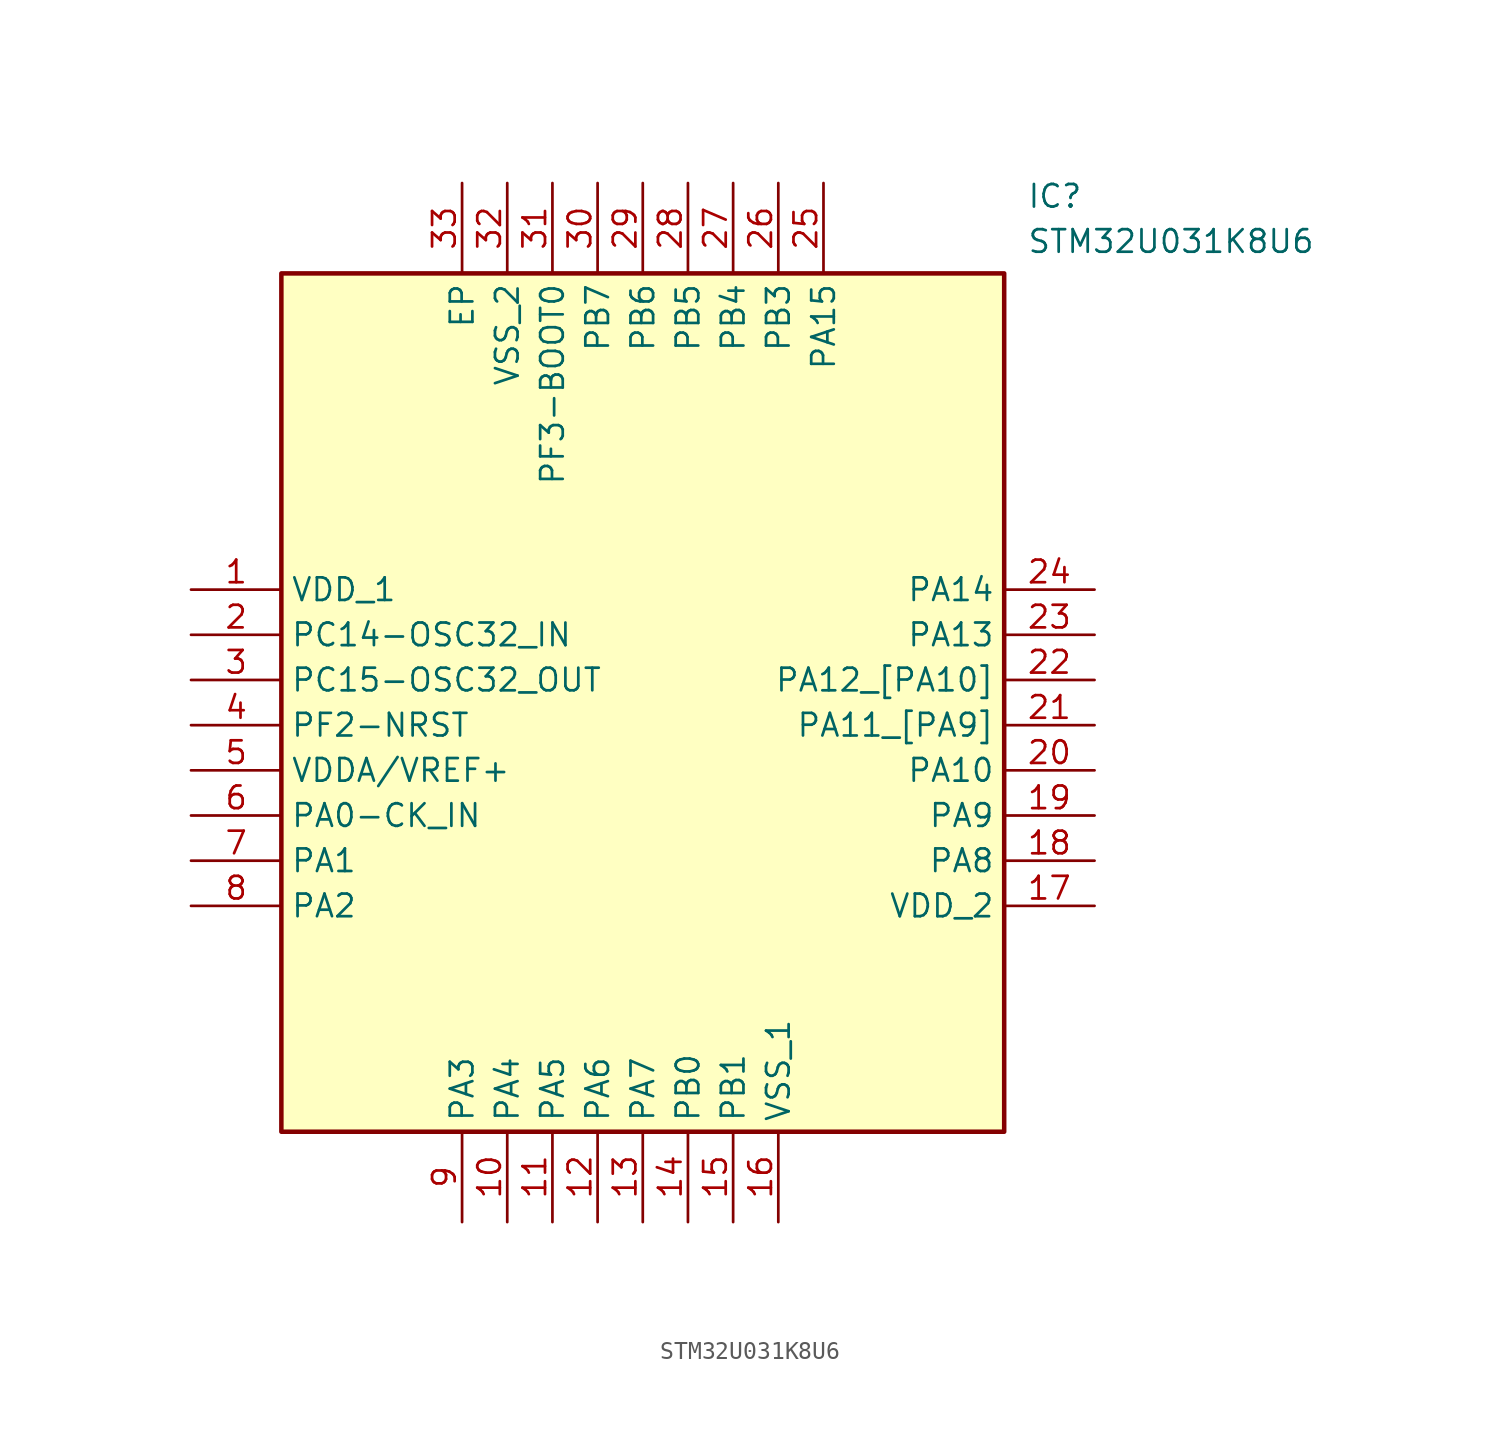
<source format=kicad_sym>
(kicad_symbol_lib
  (version 20211014)
  (generator SamacSys_ECAD_Model)
  (symbol "STM32U031K8U6"
    (property "Reference" "IC"
      (at 46.99 22.86 0)
      (effects (font (size 1.27 1.27)) (justify left top)))
    (property "Value" "STM32U031K8U6"
      (at 46.99 20.32 0)
      (effects (font (size 1.27 1.27)) (justify left top)))
    (rectangle
      (start 5.08 17.78)
      (end 45.72 -30.48)
      (stroke (width 0.254) (type default))
      (fill (type background)))
    (pin passive line
      (at 0 0 0)
      (length 5.08)
      (name "VDD_1" (effects (font (size 1.27 1.27))))
      (number "1" (effects (font (size 1.27 1.27)))))
    (pin passive line
      (at 0 -2.54 0)
      (length 5.08)
      (name "PC14-OSC32_IN" (effects (font (size 1.27 1.27))))
      (number "2" (effects (font (size 1.27 1.27)))))
    (pin passive line
      (at 0 -5.08 0)
      (length 5.08)
      (name "PC15-OSC32_OUT" (effects (font (size 1.27 1.27))))
      (number "3" (effects (font (size 1.27 1.27)))))
    (pin passive line
      (at 0 -7.62 0)
      (length 5.08)
      (name "PF2-NRST" (effects (font (size 1.27 1.27))))
      (number "4" (effects (font (size 1.27 1.27)))))
    (pin passive line
      (at 0 -10.16 0)
      (length 5.08)
      (name "VDDA/VREF+" (effects (font (size 1.27 1.27))))
      (number "5" (effects (font (size 1.27 1.27)))))
    (pin passive line
      (at 0 -12.7 0)
      (length 5.08)
      (name "PA0-CK_IN" (effects (font (size 1.27 1.27))))
      (number "6" (effects (font (size 1.27 1.27)))))
    (pin passive line
      (at 0 -15.24 0)
      (length 5.08)
      (name "PA1" (effects (font (size 1.27 1.27))))
      (number "7" (effects (font (size 1.27 1.27)))))
    (pin passive line
      (at 0 -17.78 0)
      (length 5.08)
      (name "PA2" (effects (font (size 1.27 1.27))))
      (number "8" (effects (font (size 1.27 1.27)))))
    (pin passive line
      (at 15.24 -35.56 90)
      (length 5.08)
      (name "PA3" (effects (font (size 1.27 1.27))))
      (number "9" (effects (font (size 1.27 1.27)))))
    (pin passive line
      (at 17.78 -35.56 90)
      (length 5.08)
      (name "PA4" (effects (font (size 1.27 1.27))))
      (number "10" (effects (font (size 1.27 1.27)))))
    (pin passive line
      (at 20.32 -35.56 90)
      (length 5.08)
      (name "PA5" (effects (font (size 1.27 1.27))))
      (number "11" (effects (font (size 1.27 1.27)))))
    (pin passive line
      (at 22.86 -35.56 90)
      (length 5.08)
      (name "PA6" (effects (font (size 1.27 1.27))))
      (number "12" (effects (font (size 1.27 1.27)))))
    (pin passive line
      (at 25.4 -35.56 90)
      (length 5.08)
      (name "PA7" (effects (font (size 1.27 1.27))))
      (number "13" (effects (font (size 1.27 1.27)))))
    (pin passive line
      (at 27.94 -35.56 90)
      (length 5.08)
      (name "PB0" (effects (font (size 1.27 1.27))))
      (number "14" (effects (font (size 1.27 1.27)))))
    (pin passive line
      (at 30.48 -35.56 90)
      (length 5.08)
      (name "PB1" (effects (font (size 1.27 1.27))))
      (number "15" (effects (font (size 1.27 1.27)))))
    (pin passive line
      (at 33.02 -35.56 90)
      (length 5.08)
      (name "VSS_1" (effects (font (size 1.27 1.27))))
      (number "16" (effects (font (size 1.27 1.27)))))
    (pin passive line
      (at 50.8 0 180)
      (length 5.08)
      (name "PA14" (effects (font (size 1.27 1.27))))
      (number "24" (effects (font (size 1.27 1.27)))))
    (pin passive line
      (at 50.8 -2.54 180)
      (length 5.08)
      (name "PA13" (effects (font (size 1.27 1.27))))
      (number "23" (effects (font (size 1.27 1.27)))))
    (pin passive line
      (at 50.8 -5.08 180)
      (length 5.08)
      (name "PA12_[PA10]" (effects (font (size 1.27 1.27))))
      (number "22" (effects (font (size 1.27 1.27)))))
    (pin passive line
      (at 50.8 -7.62 180)
      (length 5.08)
      (name "PA11_[PA9]" (effects (font (size 1.27 1.27))))
      (number "21" (effects (font (size 1.27 1.27)))))
    (pin passive line
      (at 50.8 -10.16 180)
      (length 5.08)
      (name "PA10" (effects (font (size 1.27 1.27))))
      (number "20" (effects (font (size 1.27 1.27)))))
    (pin passive line
      (at 50.8 -12.7 180)
      (length 5.08)
      (name "PA9" (effects (font (size 1.27 1.27))))
      (number "19" (effects (font (size 1.27 1.27)))))
    (pin passive line
      (at 50.8 -15.24 180)
      (length 5.08)
      (name "PA8" (effects (font (size 1.27 1.27))))
      (number "18" (effects (font (size 1.27 1.27)))))
    (pin passive line
      (at 50.8 -17.78 180)
      (length 5.08)
      (name "VDD_2" (effects (font (size 1.27 1.27))))
      (number "17" (effects (font (size 1.27 1.27)))))
    (pin passive line
      (at 15.24 22.86 270)
      (length 5.08)
      (name "EP" (effects (font (size 1.27 1.27))))
      (number "33" (effects (font (size 1.27 1.27)))))
    (pin passive line
      (at 17.78 22.86 270)
      (length 5.08)
      (name "VSS_2" (effects (font (size 1.27 1.27))))
      (number "32" (effects (font (size 1.27 1.27)))))
    (pin passive line
      (at 20.32 22.86 270)
      (length 5.08)
      (name "PF3-BOOT0" (effects (font (size 1.27 1.27))))
      (number "31" (effects (font (size 1.27 1.27)))))
    (pin passive line
      (at 22.86 22.86 270)
      (length 5.08)
      (name "PB7" (effects (font (size 1.27 1.27))))
      (number "30" (effects (font (size 1.27 1.27)))))
    (pin passive line
      (at 25.4 22.86 270)
      (length 5.08)
      (name "PB6" (effects (font (size 1.27 1.27))))
      (number "29" (effects (font (size 1.27 1.27)))))
    (pin passive line
      (at 27.94 22.86 270)
      (length 5.08)
      (name "PB5" (effects (font (size 1.27 1.27))))
      (number "28" (effects (font (size 1.27 1.27)))))
    (pin passive line
      (at 30.48 22.86 270)
      (length 5.08)
      (name "PB4" (effects (font (size 1.27 1.27))))
      (number "27" (effects (font (size 1.27 1.27)))))
    (pin passive line
      (at 33.02 22.86 270)
      (length 5.08)
      (name "PB3" (effects (font (size 1.27 1.27))))
      (number "26" (effects (font (size 1.27 1.27)))))
    (pin passive line
      (at 35.56 22.86 270)
      (length 5.08)
      (name "PA15" (effects (font (size 1.27 1.27))))
      (number "25" (effects (font (size 1.27 1.27)))))))
</source>
